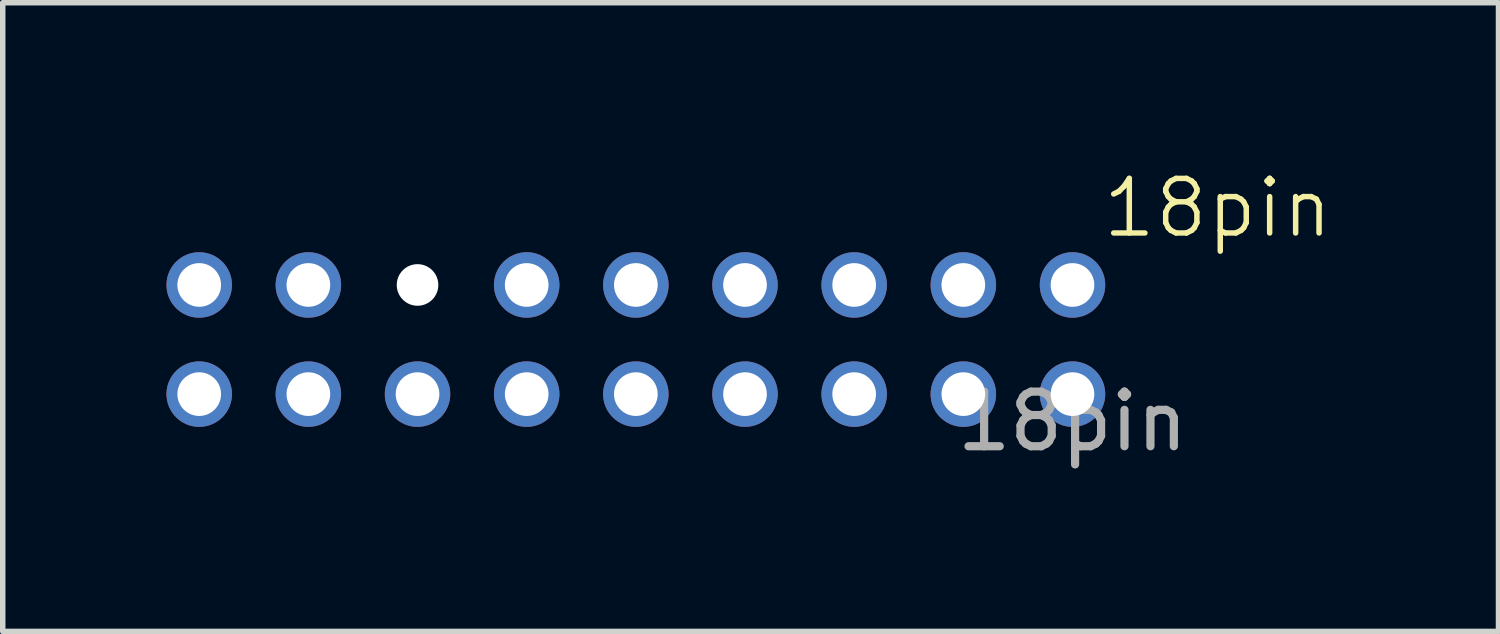
<source format=kicad_pcb>
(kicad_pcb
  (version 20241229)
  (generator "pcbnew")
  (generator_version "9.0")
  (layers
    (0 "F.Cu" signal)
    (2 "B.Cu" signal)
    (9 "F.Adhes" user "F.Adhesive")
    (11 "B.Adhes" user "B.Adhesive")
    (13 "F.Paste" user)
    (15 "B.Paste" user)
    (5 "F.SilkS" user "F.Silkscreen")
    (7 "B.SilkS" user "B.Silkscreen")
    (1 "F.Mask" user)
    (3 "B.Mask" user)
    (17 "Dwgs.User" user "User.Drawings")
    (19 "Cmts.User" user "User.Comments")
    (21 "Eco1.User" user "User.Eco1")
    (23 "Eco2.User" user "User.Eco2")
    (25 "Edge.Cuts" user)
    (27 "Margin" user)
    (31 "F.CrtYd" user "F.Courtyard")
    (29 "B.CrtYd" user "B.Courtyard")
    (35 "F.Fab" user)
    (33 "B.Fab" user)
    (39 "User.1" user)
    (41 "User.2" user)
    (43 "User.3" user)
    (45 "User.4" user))
  (footprint "18pin"
    (layer "F.Cu")
    (at 16.6 2.171)
    (property "Reference" "18pin" (at 2.66 -1.41 0) (unlocked yes) (layer "F.SilkS") (effects (font (size 1 1) (thickness 0.1))))
    (attr through_hole)
    (fp_text user "${REFERENCE}" (at 0 2.5 0) (unlocked yes) (layer "F.Fab") (effects (font (size 1 1) (thickness 0.15))))
    (pad "" np_thru_hole circle (at -12 0) (size 0.762 0.762) (drill 0.762) (layers "*.Cu" "*.Mask"))
    (pad "1" thru_hole circle (at 0 0) (size 1.2 1.2) (drill 0.8) (layers "*.Cu" "*.Mask"))
    (pad "2" thru_hole circle (at 0 2) (size 1.2 1.2) (drill 0.8) (layers "*.Cu" "*.Mask"))
    (pad "3" thru_hole circle (at -2 0) (size 1.2 1.2) (drill 0.8) (layers "*.Cu" "*.Mask"))
    (pad "4" thru_hole circle (at -2 2) (size 1.2 1.2) (drill 0.8) (layers "*.Cu" "*.Mask"))
    (pad "5" thru_hole circle (at -4 0) (size 1.2 1.2) (drill 0.8) (layers "*.Cu" "*.Mask"))
    (pad "6" thru_hole circle (at -4 2) (size 1.2 1.2) (drill 0.8) (layers "*.Cu" "*.Mask"))
    (pad "7" thru_hole circle (at -6 0) (size 1.2 1.2) (drill 0.8) (layers "*.Cu" "*.Mask"))
    (pad "8" thru_hole circle (at -6 2) (size 1.2 1.2) (drill 0.8) (layers "*.Cu" "*.Mask"))
    (pad "9" thru_hole circle (at -8 0) (size 1.2 1.2) (drill 0.8) (layers "*.Cu" "*.Mask"))
    (pad "10" thru_hole circle (at -8 2) (size 1.2 1.2) (drill 0.8) (layers "*.Cu" "*.Mask"))
    (pad "11" thru_hole circle (at -10 0) (size 1.2 1.2) (drill 0.8) (layers "*.Cu" "*.Mask"))
    (pad "12" thru_hole circle (at -10 2) (size 1.2 1.2) (drill 0.8) (layers "*.Cu" "*.Mask"))
    (pad "14" thru_hole circle (at -12 2) (size 1.2 1.2) (drill 0.8) (layers "*.Cu" "*.Mask"))
    (pad "15" thru_hole circle (at -14 0) (size 1.2 1.2) (drill 0.8) (layers "*.Cu" "*.Mask"))
    (pad "16" thru_hole circle (at -14 2) (size 1.2 1.2) (drill 0.8) (layers "*.Cu" "*.Mask"))
    (pad "17" thru_hole circle (at -16 0) (size 1.2 1.2) (drill 0.8) (layers "*.Cu" "*.Mask"))
    (pad "18" thru_hole circle (at -16 2) (size 1.2 1.2) (drill 0.8) (layers "*.Cu" "*.Mask")))
  (gr_rect
    (start -3 -3)
    (end 24.405 8.519)
    (stroke (width 0.1) (type default))
    (fill no)
    (layer "Edge.Cuts")))
</source>
